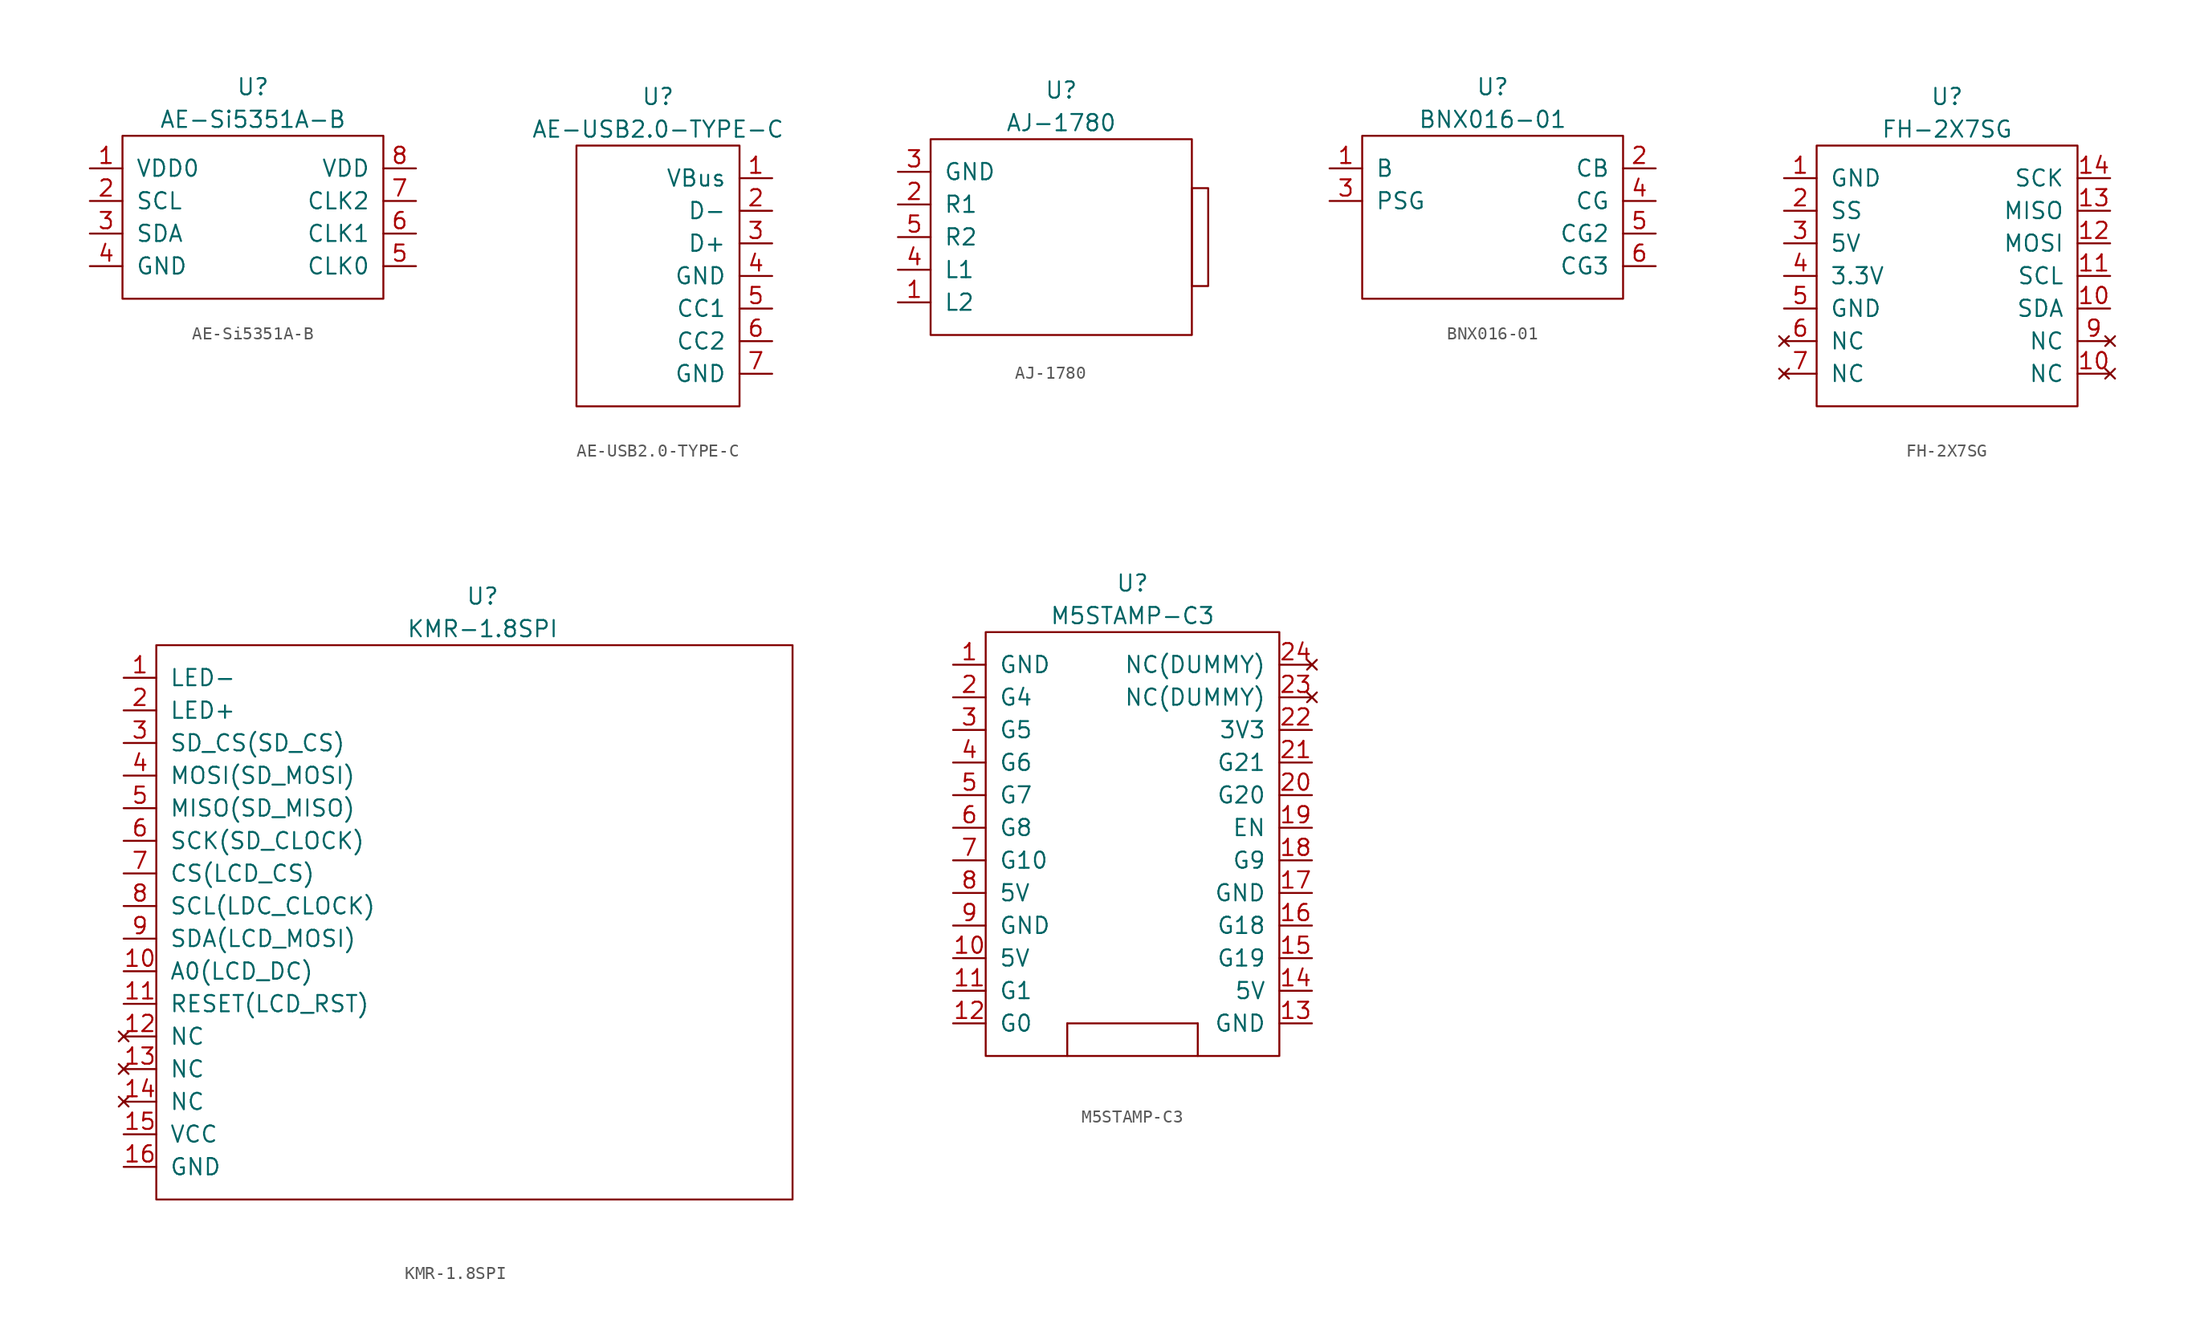
<source format=kicad_sym>
(kicad_symbol_lib
  (version 20211014)
  (generator kicad_symbol_editor)
  (symbol "AE-Si5351A-B"
    (pin_names
      (offset 1.016))
    (property "Reference" "U"
      (at 0 10.16 0)
      (effects (font (size 1.27 1.27))))
    (property "Value" "AE-Si5351A-B"
      (at 0 7.62 0)
      (effects (font (size 1.27 1.27))))
    (symbol "AE-Si5351A-B_0_1"
      (rectangle (start -10.16 6.35) (end 10.16 -6.35) (stroke (width 0) (type default) (color 0 0 0 0)) (fill (type none))))
    (symbol "AE-Si5351A-B_1_1"
      (pin power_in line (at -12.7 3.81 0) (length 2.54) (name "VDD0" (effects (font (size 1.27 1.27)))) (number "1" (effects (font (size 1.27 1.27)))))
      (pin input line (at -12.7 1.27 0) (length 2.54) (name "SCL" (effects (font (size 1.27 1.27)))) (number "2" (effects (font (size 1.27 1.27)))))
      (pin input line (at -12.7 -1.27 0) (length 2.54) (name "SDA" (effects (font (size 1.27 1.27)))) (number "3" (effects (font (size 1.27 1.27)))))
      (pin output line (at -12.7 -3.81 0) (length 2.54) (name "GND" (effects (font (size 1.27 1.27)))) (number "4" (effects (font (size 1.27 1.27)))))
      (pin output line (at 12.7 -3.81 180) (length 2.54) (name "CLK0" (effects (font (size 1.27 1.27)))) (number "5" (effects (font (size 1.27 1.27)))))
      (pin output line (at 12.7 -1.27 180) (length 2.54) (name "CLK1" (effects (font (size 1.27 1.27)))) (number "6" (effects (font (size 1.27 1.27)))))
      (pin output line (at 12.7 1.27 180) (length 2.54) (name "CLK2" (effects (font (size 1.27 1.27)))) (number "7" (effects (font (size 1.27 1.27)))))
      (pin power_in line (at 12.7 3.81 180) (length 2.54) (name "VDD" (effects (font (size 1.27 1.27)))) (number "8" (effects (font (size 1.27 1.27)))))))
  (symbol "AE-USB2.0-TYPE-C"
    (pin_names
      (offset 1.016))
    (property "Reference" "U"
      (at 0 13.97 0)
      (effects (font (size 1.27 1.27))))
    (property "Value" "AE-USB2.0-TYPE-C"
      (at 0 11.43 0)
      (effects (font (size 1.27 1.27))))
    (symbol "AE-USB2.0-TYPE-C_0_1"
      (rectangle (start -6.35 10.16) (end 6.35 -10.16) (stroke (width 0) (type default) (color 0 0 0 0)) (fill (type none))))
    (symbol "AE-USB2.0-TYPE-C_1_1"
      (pin power_out line (at 8.89 7.62 180) (length 2.54) (name "VBus" (effects (font (size 1.27 1.27)))) (number "1" (effects (font (size 1.27 1.27)))))
      (pin output line (at 8.89 5.08 180) (length 2.54) (name "D-" (effects (font (size 1.27 1.27)))) (number "2" (effects (font (size 1.27 1.27)))))
      (pin output line (at 8.89 2.54 180) (length 2.54) (name "D+" (effects (font (size 1.27 1.27)))) (number "3" (effects (font (size 1.27 1.27)))))
      (pin power_in line (at 8.89 0 180) (length 2.54) (name "GND" (effects (font (size 1.27 1.27)))) (number "4" (effects (font (size 1.27 1.27)))))
      (pin output line (at 8.89 -2.54 180) (length 2.54) (name "CC1" (effects (font (size 1.27 1.27)))) (number "5" (effects (font (size 1.27 1.27)))))
      (pin output line (at 8.89 -5.08 180) (length 2.54) (name "CC2" (effects (font (size 1.27 1.27)))) (number "6" (effects (font (size 1.27 1.27)))))
      (pin power_in line (at 8.89 -7.62 180) (length 2.54) (name "GND" (effects (font (size 1.27 1.27)))) (number "7" (effects (font (size 1.27 1.27)))))))
  (symbol "AJ-1780"
    (pin_names
      (offset 1.016))
    (property "Reference" "U"
      (at 0 11.43 0)
      (effects (font (size 1.27 1.27))))
    (property "Value" "AJ-1780"
      (at 0 8.89 0)
      (effects (font (size 1.27 1.27))))
    (symbol "AJ-1780_0_1"
      (rectangle (start -10.16 7.62) (end 10.16 -7.62) (stroke (width 0) (type default) (color 0 0 0 0)) (fill (type none)))
      (rectangle (start 10.16 3.81) (end 11.43 -3.81) (stroke (width 0) (type default) (color 0 0 0 0)) (fill (type none))))
    (symbol "AJ-1780_1_1"
      (pin input line (at -12.7 -5.08 0) (length 2.54) (name "L2" (effects (font (size 1.27 1.27)))) (number "1" (effects (font (size 1.27 1.27)))))
      (pin input line (at -12.7 2.54 0) (length 2.54) (name "R1" (effects (font (size 1.27 1.27)))) (number "2" (effects (font (size 1.27 1.27)))))
      (pin output line (at -12.7 5.08 0) (length 2.54) (name "GND" (effects (font (size 1.27 1.27)))) (number "3" (effects (font (size 1.27 1.27)))))
      (pin input line (at -12.7 -2.54 0) (length 2.54) (name "L1" (effects (font (size 1.27 1.27)))) (number "4" (effects (font (size 1.27 1.27)))))
      (pin input line (at -12.7 0 0) (length 2.54) (name "R2" (effects (font (size 1.27 1.27)))) (number "5" (effects (font (size 1.27 1.27)))))))
  (symbol "BNX016-01"
    (pin_names
      (offset 1.016))
    (property "Reference" "U"
      (at 0 10.16 0)
      (effects (font (size 1.27 1.27))))
    (property "Value" "BNX016-01"
      (at 0 7.62 0)
      (effects (font (size 1.27 1.27))))
    (symbol "BNX016-01_0_1"
      (rectangle (start -10.16 6.35) (end 10.16 -6.35) (stroke (width 0) (type default) (color 0 0 0 0)) (fill (type none))))
    (symbol "BNX016-01_1_1"
      (pin power_in line (at -12.7 3.81 0) (length 2.54) (name "B" (effects (font (size 1.27 1.27)))) (number "1" (effects (font (size 1.27 1.27)))))
      (pin power_out line (at 12.7 3.81 180) (length 2.54) (name "CB" (effects (font (size 1.27 1.27)))) (number "2" (effects (font (size 1.27 1.27)))))
      (pin output line (at -12.7 1.27 0) (length 2.54) (name "PSG" (effects (font (size 1.27 1.27)))) (number "3" (effects (font (size 1.27 1.27)))))
      (pin input line (at 12.7 1.27 180) (length 2.54) (name "CG" (effects (font (size 1.27 1.27)))) (number "4" (effects (font (size 1.27 1.27)))))
      (pin input line (at 12.7 -1.27 180) (length 2.54) (name "CG2" (effects (font (size 1.27 1.27)))) (number "5" (effects (font (size 1.27 1.27)))))
      (pin input line (at 12.7 -3.81 180) (length 2.54) (name "CG3" (effects (font (size 1.27 1.27)))) (number "6" (effects (font (size 1.27 1.27)))))))
  (symbol "FH-2X7SG"
    (pin_names
      (offset 1.016))
    (property "Reference" "U"
      (at 0 11.43 0)
      (effects (font (size 1.27 1.27))))
    (property "Value" "FH-2X7SG"
      (at 0 8.89 0)
      (effects (font (size 1.27 1.27))))
    (symbol "FH-2X7SG_0_1"
      (rectangle (start -10.16 7.62) (end 10.16 -12.7) (stroke (width 0) (type default) (color 0 0 0 0)) (fill (type none))))
    (symbol "FH-2X7SG_1_1"
      (pin output line (at -12.7 5.08 0) (length 2.54) (name "GND" (effects (font (size 1.27 1.27)))) (number "1" (effects (font (size 1.27 1.27)))))
      (pin no_connect line (at 12.7 -10.16 180) (length 2.54) (name "NC" (effects (font (size 1.27 1.27)))) (number "10" (effects (font (size 1.27 1.27)))))
      (pin input line (at 12.7 -5.08 180) (length 2.54) (name "SDA" (effects (font (size 1.27 1.27)))) (number "10" (effects (font (size 1.27 1.27)))))
      (pin input line (at 12.7 -2.54 180) (length 2.54) (name "SCL" (effects (font (size 1.27 1.27)))) (number "11" (effects (font (size 1.27 1.27)))))
      (pin input line (at 12.7 0 180) (length 2.54) (name "MOSI" (effects (font (size 1.27 1.27)))) (number "12" (effects (font (size 1.27 1.27)))))
      (pin input line (at 12.7 2.54 180) (length 2.54) (name "MISO" (effects (font (size 1.27 1.27)))) (number "13" (effects (font (size 1.27 1.27)))))
      (pin input line (at 12.7 5.08 180) (length 2.54) (name "SCK" (effects (font (size 1.27 1.27)))) (number "14" (effects (font (size 1.27 1.27)))))
      (pin input line (at -12.7 2.54 0) (length 2.54) (name "SS" (effects (font (size 1.27 1.27)))) (number "2" (effects (font (size 1.27 1.27)))))
      (pin power_in line (at -12.7 0 0) (length 2.54) (name "5V" (effects (font (size 1.27 1.27)))) (number "3" (effects (font (size 1.27 1.27)))))
      (pin power_in line (at -12.7 -2.54 0) (length 2.54) (name "3.3V" (effects (font (size 1.27 1.27)))) (number "4" (effects (font (size 1.27 1.27)))))
      (pin output line (at -12.7 -5.08 0) (length 2.54) (name "GND" (effects (font (size 1.27 1.27)))) (number "5" (effects (font (size 1.27 1.27)))))
      (pin no_connect line (at -12.7 -7.62 0) (length 2.54) (name "NC" (effects (font (size 1.27 1.27)))) (number "6" (effects (font (size 1.27 1.27)))))
      (pin no_connect line (at -12.7 -10.16 0) (length 2.54) (name "NC" (effects (font (size 1.27 1.27)))) (number "7" (effects (font (size 1.27 1.27)))))
      (pin no_connect line (at 12.7 -7.62 180) (length 2.54) (name "NC" (effects (font (size 1.27 1.27)))) (number "9" (effects (font (size 1.27 1.27)))))))
  (symbol "KMR-1.8SPI"
    (pin_names
      (offset 1.016))
    (property "Reference" "U"
      (at 0 24.13 0)
      (effects (font (size 1.27 1.27))))
    (property "Value" "KMR-1.8SPI"
      (at 0 21.59 0)
      (effects (font (size 1.27 1.27))))
    (symbol "KMR-1.8SPI_0_1"
      (rectangle (start -25.4 20.32) (end 24.13 -22.86) (stroke (width 0) (type default) (color 0 0 0 0)) (fill (type none))))
    (symbol "KMR-1.8SPI_1_1"
      (pin input line (at -27.94 17.78 0) (length 2.54) (name "LED-" (effects (font (size 1.27 1.27)))) (number "1" (effects (font (size 1.27 1.27)))))
      (pin input line (at -27.94 -5.08 0) (length 2.54) (name "A0(LCD_DC)" (effects (font (size 1.27 1.27)))) (number "10" (effects (font (size 1.27 1.27)))))
      (pin input line (at -27.94 -7.62 0) (length 2.54) (name "RESET(LCD_RST)" (effects (font (size 1.27 1.27)))) (number "11" (effects (font (size 1.27 1.27)))))
      (pin no_connect line (at -27.94 -10.16 0) (length 2.54) (name "NC" (effects (font (size 1.27 1.27)))) (number "12" (effects (font (size 1.27 1.27)))))
      (pin no_connect line (at -27.94 -12.7 0) (length 2.54) (name "NC" (effects (font (size 1.27 1.27)))) (number "13" (effects (font (size 1.27 1.27)))))
      (pin no_connect line (at -27.94 -15.24 0) (length 2.54) (name "NC" (effects (font (size 1.27 1.27)))) (number "14" (effects (font (size 1.27 1.27)))))
      (pin power_in line (at -27.94 -17.78 0) (length 2.54) (name "VCC" (effects (font (size 1.27 1.27)))) (number "15" (effects (font (size 1.27 1.27)))))
      (pin power_in line (at -27.94 -20.32 0) (length 2.54) (name "GND" (effects (font (size 1.27 1.27)))) (number "16" (effects (font (size 1.27 1.27)))))
      (pin input line (at -27.94 15.24 0) (length 2.54) (name "LED+" (effects (font (size 1.27 1.27)))) (number "2" (effects (font (size 1.27 1.27)))))
      (pin input line (at -27.94 12.7 0) (length 2.54) (name "SD_CS(SD_CS)" (effects (font (size 1.27 1.27)))) (number "3" (effects (font (size 1.27 1.27)))))
      (pin input line (at -27.94 10.16 0) (length 2.54) (name "MOSI(SD_MOSI)" (effects (font (size 1.27 1.27)))) (number "4" (effects (font (size 1.27 1.27)))))
      (pin output line (at -27.94 7.62 0) (length 2.54) (name "MISO(SD_MISO)" (effects (font (size 1.27 1.27)))) (number "5" (effects (font (size 1.27 1.27)))))
      (pin input line (at -27.94 5.08 0) (length 2.54) (name "SCK(SD_CLOCK)" (effects (font (size 1.27 1.27)))) (number "6" (effects (font (size 1.27 1.27)))))
      (pin input line (at -27.94 2.54 0) (length 2.54) (name "CS(LCD_CS)" (effects (font (size 1.27 1.27)))) (number "7" (effects (font (size 1.27 1.27)))))
      (pin input line (at -27.94 0 0) (length 2.54) (name "SCL(LDC_CLOCK)" (effects (font (size 1.27 1.27)))) (number "8" (effects (font (size 1.27 1.27)))))
      (pin input line (at -27.94 -2.54 0) (length 2.54) (name "SDA(LCD_MOSI)" (effects (font (size 1.27 1.27)))) (number "9" (effects (font (size 1.27 1.27)))))))
  (symbol "M5STAMP-C3"
    (pin_names
      (offset 1.016))
    (property "Reference" "U"
      (at 0 19.05 0)
      (effects (font (size 1.27 1.27))))
    (property "Value" "M5STAMP-C3"
      (at 0 16.51 0)
      (effects (font (size 1.27 1.27))))
    (symbol "M5STAMP-C3_0_1"
      (rectangle (start -11.43 15.24) (end 11.43 -17.78) (stroke (width 0) (type default) (color 0 0 0 0)) (fill (type none)))
      (rectangle (start -5.08 -17.78) (end -5.08 -15.24) (stroke (width 0) (type default) (color 0 0 0 0)) (fill (type none)))
      (rectangle (start 5.08 -15.24) (end -5.08 -15.24) (stroke (width 0) (type default) (color 0 0 0 0)) (fill (type none)))
      (rectangle (start 5.08 -15.24) (end 5.08 -17.78) (stroke (width 0) (type default) (color 0 0 0 0)) (fill (type none))))
    (symbol "M5STAMP-C3_1_1"
      (pin input line (at -13.97 12.7 0) (length 2.54) (name "GND" (effects (font (size 1.27 1.27)))) (number "1" (effects (font (size 1.27 1.27)))))
      (pin power_in line (at -13.97 -10.16 0) (length 2.54) (name "5V" (effects (font (size 1.27 1.27)))) (number "10" (effects (font (size 1.27 1.27)))))
      (pin bidirectional line (at -13.97 -12.7 0) (length 2.54) (name "G1" (effects (font (size 1.27 1.27)))) (number "11" (effects (font (size 1.27 1.27)))))
      (pin bidirectional line (at -13.97 -15.24 0) (length 2.54) (name "G0" (effects (font (size 1.27 1.27)))) (number "12" (effects (font (size 1.27 1.27)))))
      (pin power_out line (at 13.97 -15.24 180) (length 2.54) (name "GND" (effects (font (size 1.27 1.27)))) (number "13" (effects (font (size 1.27 1.27)))))
      (pin power_out line (at 13.97 -12.7 180) (length 2.54) (name "5V" (effects (font (size 1.27 1.27)))) (number "14" (effects (font (size 1.27 1.27)))))
      (pin bidirectional line (at 13.97 -10.16 180) (length 2.54) (name "G19" (effects (font (size 1.27 1.27)))) (number "15" (effects (font (size 1.27 1.27)))))
      (pin bidirectional line (at 13.97 -7.62 180) (length 2.54) (name "G18" (effects (font (size 1.27 1.27)))) (number "16" (effects (font (size 1.27 1.27)))))
      (pin power_in line (at 13.97 -5.08 180) (length 2.54) (name "GND" (effects (font (size 1.27 1.27)))) (number "17" (effects (font (size 1.27 1.27)))))
      (pin bidirectional line (at 13.97 -2.54 180) (length 2.54) (name "G9" (effects (font (size 1.27 1.27)))) (number "18" (effects (font (size 1.27 1.27)))))
      (pin input line (at 13.97 0 180) (length 2.54) (name "EN" (effects (font (size 1.27 1.27)))) (number "19" (effects (font (size 1.27 1.27)))))
      (pin bidirectional line (at -13.97 10.16 0) (length 2.54) (name "G4" (effects (font (size 1.27 1.27)))) (number "2" (effects (font (size 1.27 1.27)))))
      (pin bidirectional line (at 13.97 2.54 180) (length 2.54) (name "G20" (effects (font (size 1.27 1.27)))) (number "20" (effects (font (size 1.27 1.27)))))
      (pin bidirectional line (at 13.97 5.08 180) (length 2.54) (name "G21" (effects (font (size 1.27 1.27)))) (number "21" (effects (font (size 1.27 1.27)))))
      (pin power_out line (at 13.97 7.62 180) (length 2.54) (name "3V3" (effects (font (size 1.27 1.27)))) (number "22" (effects (font (size 1.27 1.27)))))
      (pin no_connect line (at 13.97 10.16 180) (length 2.54) (name "NC(DUMMY)" (effects (font (size 1.27 1.27)))) (number "23" (effects (font (size 1.27 1.27)))))
      (pin no_connect line (at 13.97 12.7 180) (length 2.54) (name "NC(DUMMY)" (effects (font (size 1.27 1.27)))) (number "24" (effects (font (size 1.27 1.27)))))
      (pin bidirectional line (at -13.97 7.62 0) (length 2.54) (name "G5" (effects (font (size 1.27 1.27)))) (number "3" (effects (font (size 1.27 1.27)))))
      (pin bidirectional line (at -13.97 5.08 0) (length 2.54) (name "G6" (effects (font (size 1.27 1.27)))) (number "4" (effects (font (size 1.27 1.27)))))
      (pin bidirectional line (at -13.97 2.54 0) (length 2.54) (name "G7" (effects (font (size 1.27 1.27)))) (number "5" (effects (font (size 1.27 1.27)))))
      (pin bidirectional line (at -13.97 0 0) (length 2.54) (name "G8" (effects (font (size 1.27 1.27)))) (number "6" (effects (font (size 1.27 1.27)))))
      (pin bidirectional line (at -13.97 -2.54 0) (length 2.54) (name "G10" (effects (font (size 1.27 1.27)))) (number "7" (effects (font (size 1.27 1.27)))))
      (pin power_out line (at -13.97 -5.08 0) (length 2.54) (name "5V" (effects (font (size 1.27 1.27)))) (number "8" (effects (font (size 1.27 1.27)))))
      (pin power_in line (at -13.97 -7.62 0) (length 2.54) (name "GND" (effects (font (size 1.27 1.27)))) (number "9" (effects (font (size 1.27 1.27))))))))
</source>
